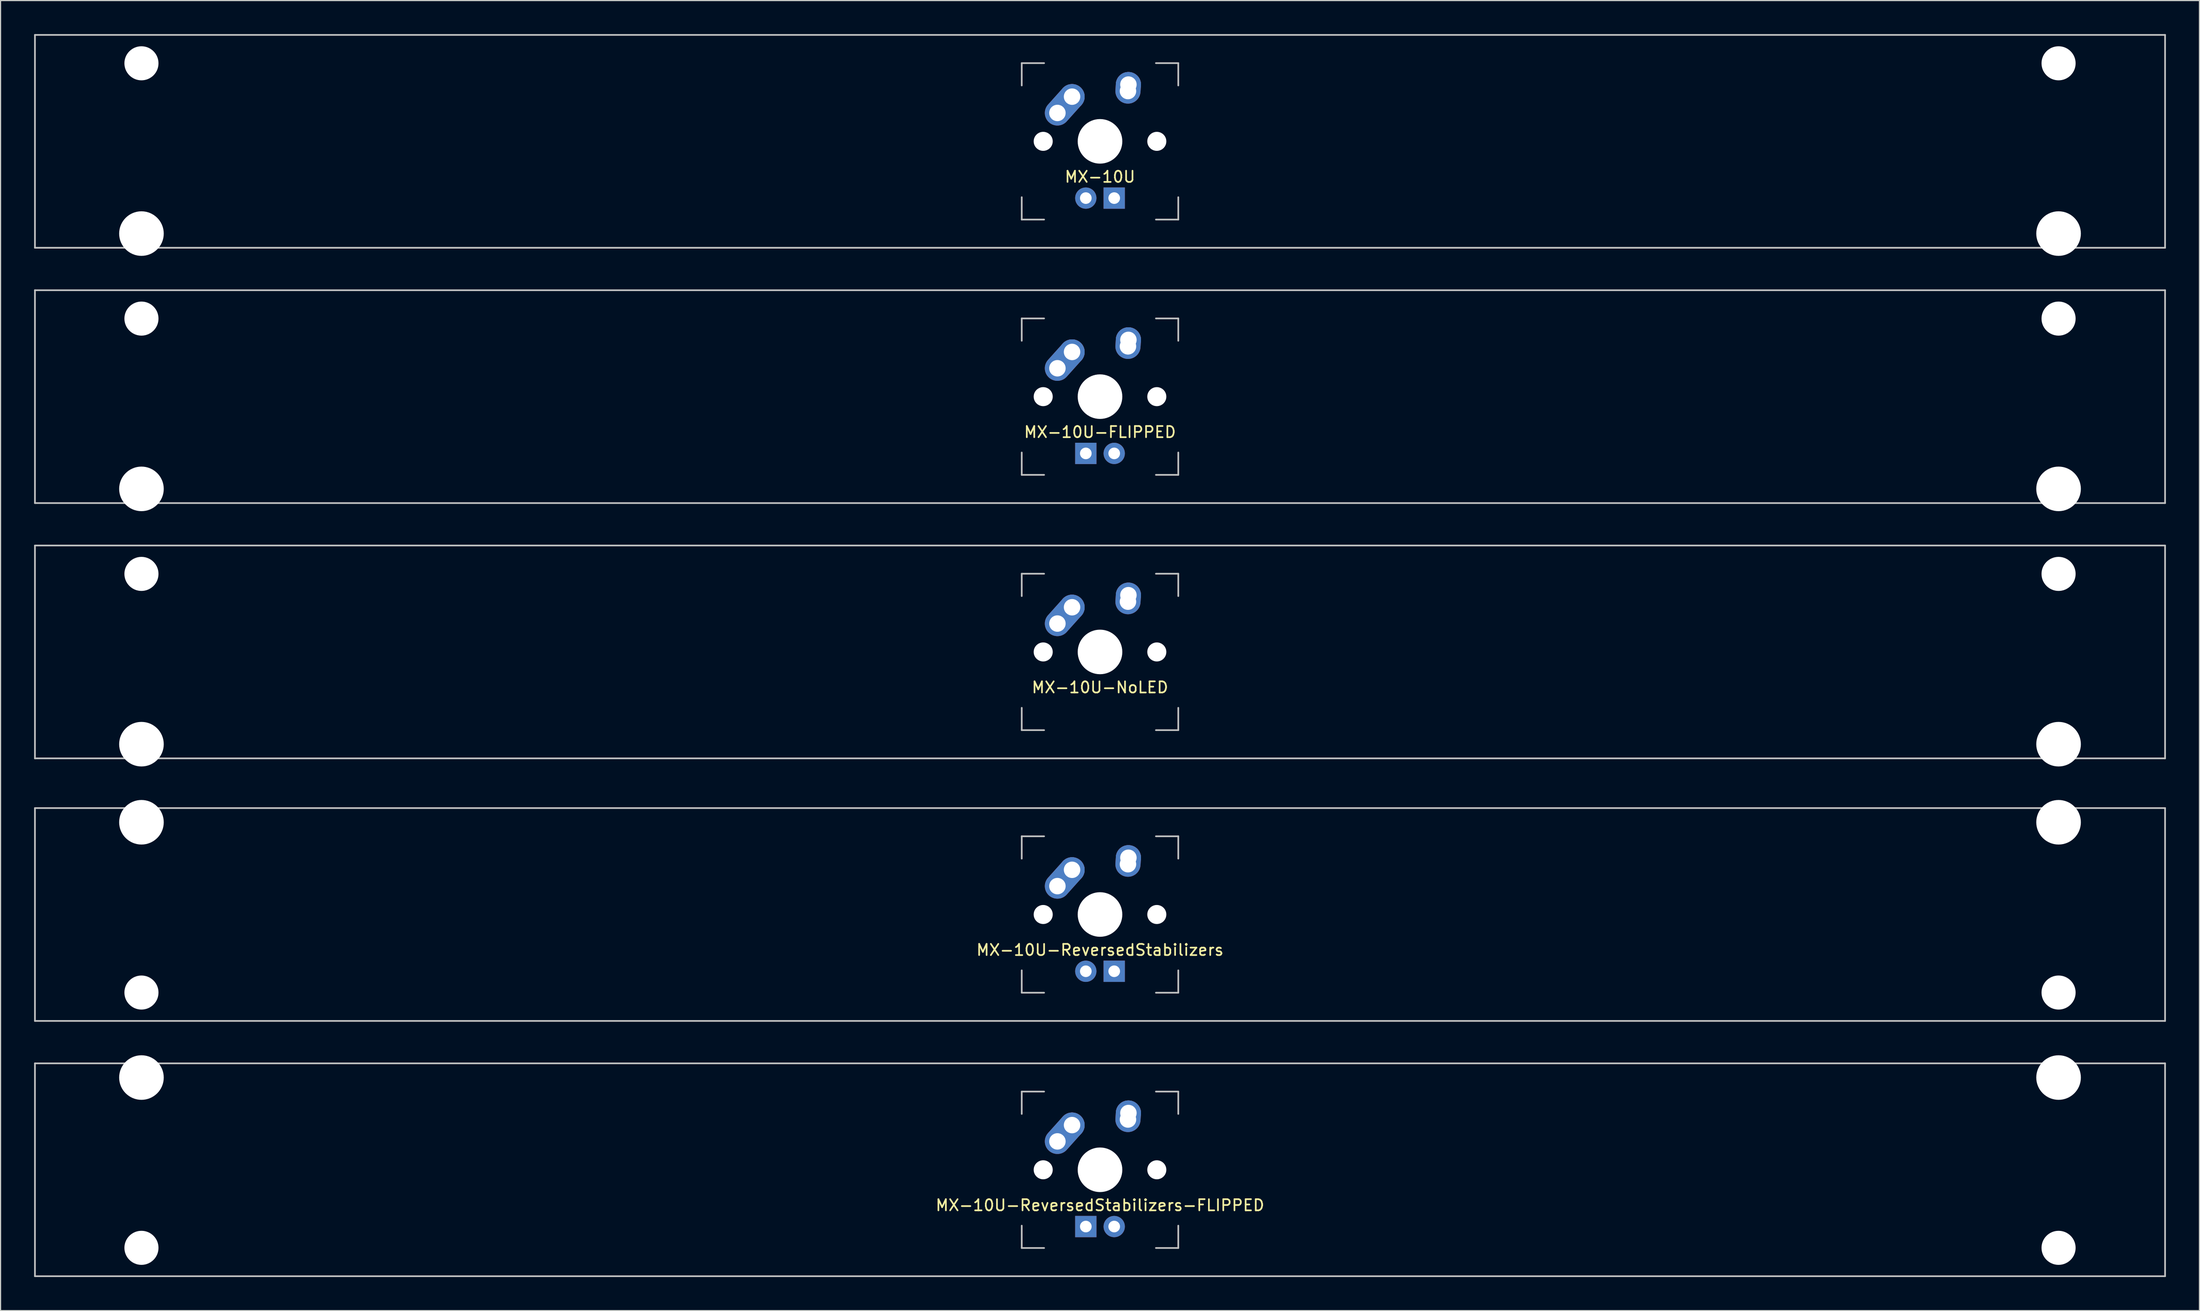
<source format=kicad_pcb>
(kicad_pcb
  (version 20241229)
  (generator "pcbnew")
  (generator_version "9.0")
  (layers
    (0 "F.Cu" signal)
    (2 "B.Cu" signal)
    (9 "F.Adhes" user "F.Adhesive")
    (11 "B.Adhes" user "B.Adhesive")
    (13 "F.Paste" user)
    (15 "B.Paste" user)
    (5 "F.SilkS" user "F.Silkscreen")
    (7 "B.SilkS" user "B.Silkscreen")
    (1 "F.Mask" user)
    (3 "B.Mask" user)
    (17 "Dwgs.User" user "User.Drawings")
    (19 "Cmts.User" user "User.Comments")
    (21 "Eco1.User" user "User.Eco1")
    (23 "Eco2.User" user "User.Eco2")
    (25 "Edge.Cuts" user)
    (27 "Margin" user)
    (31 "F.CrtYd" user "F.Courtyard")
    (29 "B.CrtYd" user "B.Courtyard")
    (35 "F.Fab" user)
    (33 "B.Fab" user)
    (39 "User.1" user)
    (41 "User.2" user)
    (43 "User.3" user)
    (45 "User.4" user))
  (footprint "MX-10U-NoLED"
    (layer "F.Cu")
    (at 95.325 55.298)
    (property "Reference" "MX-10U-NoLED" (at 0 3.175 0) (layer "F.SilkS") (effects (font (size 1 1) (thickness 0.15))))
    (attr through_hole)
    (fp_line (start -95.25 -9.525) (end 95.25 -9.525) (stroke (width 0.15) (type solid)) (layer "Dwgs.User"))
    (fp_line (start -95.25 9.525) (end -95.25 -9.525) (stroke (width 0.15) (type solid)) (layer "Dwgs.User"))
    (fp_line (start -95.25 9.525) (end 95.25 9.525) (stroke (width 0.15) (type solid)) (layer "Dwgs.User"))
    (fp_line (start -7 -7) (end -7 -5) (stroke (width 0.15) (type solid)) (layer "Dwgs.User"))
    (fp_line (start -7 5) (end -7 7) (stroke (width 0.15) (type solid)) (layer "Dwgs.User"))
    (fp_line (start -7 7) (end -5 7) (stroke (width 0.15) (type solid)) (layer "Dwgs.User"))
    (fp_line (start -5 -7) (end -7 -7) (stroke (width 0.15) (type solid)) (layer "Dwgs.User"))
    (fp_line (start 5 -7) (end 7 -7) (stroke (width 0.15) (type solid)) (layer "Dwgs.User"))
    (fp_line (start 5 7) (end 7 7) (stroke (width 0.15) (type solid)) (layer "Dwgs.User"))
    (fp_line (start 7 -7) (end 7 -5) (stroke (width 0.15) (type solid)) (layer "Dwgs.User"))
    (fp_line (start 7 7) (end 7 5) (stroke (width 0.15) (type solid)) (layer "Dwgs.User"))
    (fp_line (start 95.25 -9.525) (end 95.25 9.525) (stroke (width 0.15) (type solid)) (layer "Dwgs.User"))
    (pad "" np_thru_hole circle (at -85.725 -6.985) (size 3.048 3.048) (drill 3.048) (layers "*.Cu" "*.Mask"))
    (pad "" np_thru_hole circle (at -85.725 8.255) (size 3.988 3.988) (drill 3.988) (layers "*.Cu" "*.Mask"))
    (pad "" np_thru_hole circle (at -5.08 0 48.1) (size 1.702 1.702) (drill 1.702) (layers "*.Cu" "*.Mask"))
    (pad "" np_thru_hole circle (at 0 0) (size 3.988 3.988) (drill 3.988) (layers "*.Cu" "*.Mask"))
    (pad "" np_thru_hole circle (at 5.08 0 48.1) (size 1.702 1.702) (drill 1.702) (layers "*.Cu" "*.Mask"))
    (pad "" np_thru_hole circle (at 85.725 -6.985) (size 3.048 3.048) (drill 3.048) (layers "*.Cu" "*.Mask"))
    (pad "" np_thru_hole circle (at 85.725 8.255) (size 3.988 3.988) (drill 3.988) (layers "*.Cu" "*.Mask"))
    (pad "1" thru_hole oval (at -3.81 -2.54 48.1) (size 4.212 2.25) (drill 1.47 (offset 0.981 0)) (layers "*.Cu" "*.Mask"))
    (pad "1" thru_hole circle (at -2.5 -4) (size 2.25 2.25) (drill 1.47) (layers "*.Cu" "*.Mask"))
    (pad "2" thru_hole oval (at 2.5 -4.5 86.055) (size 2.831 2.25) (drill 1.47 (offset 0.291 0)) (layers "*.Cu" "*.Mask"))
    (pad "2" thru_hole circle (at 2.54 -5.08) (size 2.25 2.25) (drill 1.47) (layers "*.Cu" "*.Mask")))
  (footprint "MX-10U"
    (layer "F.Cu")
    (at 95.325 9.6)
    (property "Reference" "MX-10U" (at 0 3.175 0) (layer "F.SilkS") (effects (font (size 1 1) (thickness 0.15))))
    (attr through_hole)
    (fp_line (start -95.25 -9.525) (end 95.25 -9.525) (stroke (width 0.15) (type solid)) (layer "Dwgs.User"))
    (fp_line (start -95.25 9.525) (end -95.25 -9.525) (stroke (width 0.15) (type solid)) (layer "Dwgs.User"))
    (fp_line (start -95.25 9.525) (end 95.25 9.525) (stroke (width 0.15) (type solid)) (layer "Dwgs.User"))
    (fp_line (start -7 -7) (end -7 -5) (stroke (width 0.15) (type solid)) (layer "Dwgs.User"))
    (fp_line (start -7 5) (end -7 7) (stroke (width 0.15) (type solid)) (layer "Dwgs.User"))
    (fp_line (start -7 7) (end -5 7) (stroke (width 0.15) (type solid)) (layer "Dwgs.User"))
    (fp_line (start -5 -7) (end -7 -7) (stroke (width 0.15) (type solid)) (layer "Dwgs.User"))
    (fp_line (start 5 -7) (end 7 -7) (stroke (width 0.15) (type solid)) (layer "Dwgs.User"))
    (fp_line (start 5 7) (end 7 7) (stroke (width 0.15) (type solid)) (layer "Dwgs.User"))
    (fp_line (start 7 -7) (end 7 -5) (stroke (width 0.15) (type solid)) (layer "Dwgs.User"))
    (fp_line (start 7 7) (end 7 5) (stroke (width 0.15) (type solid)) (layer "Dwgs.User"))
    (fp_line (start 95.25 -9.525) (end 95.25 9.525) (stroke (width 0.15) (type solid)) (layer "Dwgs.User"))
    (pad "" np_thru_hole circle (at -85.725 -6.985) (size 3.048 3.048) (drill 3.048) (layers "*.Cu" "*.Mask"))
    (pad "" np_thru_hole circle (at -85.725 8.255) (size 3.988 3.988) (drill 3.988) (layers "*.Cu" "*.Mask"))
    (pad "" np_thru_hole circle (at -5.08 0 48.1) (size 1.702 1.702) (drill 1.702) (layers "*.Cu" "*.Mask"))
    (pad "" np_thru_hole circle (at 0 0) (size 3.988 3.988) (drill 3.988) (layers "*.Cu" "*.Mask"))
    (pad "" np_thru_hole circle (at 5.08 0 48.1) (size 1.702 1.702) (drill 1.702) (layers "*.Cu" "*.Mask"))
    (pad "" np_thru_hole circle (at 85.725 -6.985) (size 3.048 3.048) (drill 3.048) (layers "*.Cu" "*.Mask"))
    (pad "" np_thru_hole circle (at 85.725 8.255) (size 3.988 3.988) (drill 3.988) (layers "*.Cu" "*.Mask"))
    (pad "1" thru_hole oval (at -3.81 -2.54 48.1) (size 4.212 2.25) (drill 1.47 (offset 0.981 0)) (layers "*.Cu" "*.Mask"))
    (pad "1" thru_hole circle (at -2.5 -4) (size 2.25 2.25) (drill 1.47) (layers "*.Cu" "*.Mask"))
    (pad "2" thru_hole oval (at 2.5 -4.5 86.055) (size 2.831 2.25) (drill 1.47 (offset 0.291 0)) (layers "*.Cu" "*.Mask"))
    (pad "2" thru_hole circle (at 2.54 -5.08) (size 2.25 2.25) (drill 1.47) (layers "*.Cu" "*.Mask"))
    (pad "3" thru_hole circle (at -1.27 5.08) (size 1.905 1.905) (drill 1.04) (layers "*.Cu" "*.Mask"))
    (pad "4" thru_hole rect (at 1.27 5.08) (size 1.905 1.905) (drill 1.04) (layers "*.Cu" "*.Mask")))
  (footprint "MX-10U-ReversedStabilizers"
    (layer "F.Cu")
    (at 95.325 78.796)
    (property "Reference" "MX-10U-ReversedStabilizers" (at 0 3.175 0) (layer "F.SilkS") (effects (font (size 1 1) (thickness 0.15))))
    (attr through_hole)
    (fp_line (start -95.25 -9.525) (end 95.25 -9.525) (stroke (width 0.15) (type solid)) (layer "Dwgs.User"))
    (fp_line (start -95.25 9.525) (end -95.25 -9.525) (stroke (width 0.15) (type solid)) (layer "Dwgs.User"))
    (fp_line (start -95.25 9.525) (end 95.25 9.525) (stroke (width 0.15) (type solid)) (layer "Dwgs.User"))
    (fp_line (start -7 -7) (end -7 -5) (stroke (width 0.15) (type solid)) (layer "Dwgs.User"))
    (fp_line (start -7 5) (end -7 7) (stroke (width 0.15) (type solid)) (layer "Dwgs.User"))
    (fp_line (start -7 7) (end -5 7) (stroke (width 0.15) (type solid)) (layer "Dwgs.User"))
    (fp_line (start -5 -7) (end -7 -7) (stroke (width 0.15) (type solid)) (layer "Dwgs.User"))
    (fp_line (start 5 -7) (end 7 -7) (stroke (width 0.15) (type solid)) (layer "Dwgs.User"))
    (fp_line (start 5 7) (end 7 7) (stroke (width 0.15) (type solid)) (layer "Dwgs.User"))
    (fp_line (start 7 -7) (end 7 -5) (stroke (width 0.15) (type solid)) (layer "Dwgs.User"))
    (fp_line (start 7 7) (end 7 5) (stroke (width 0.15) (type solid)) (layer "Dwgs.User"))
    (fp_line (start 95.25 -9.525) (end 95.25 9.525) (stroke (width 0.15) (type solid)) (layer "Dwgs.User"))
    (pad "" np_thru_hole circle (at -85.725 -8.255) (size 3.988 3.988) (drill 3.988) (layers "*.Cu" "*.Mask"))
    (pad "" np_thru_hole circle (at -85.725 6.985) (size 3.048 3.048) (drill 3.048) (layers "*.Cu" "*.Mask"))
    (pad "" np_thru_hole circle (at -5.08 0 48.1) (size 1.702 1.702) (drill 1.702) (layers "*.Cu" "*.Mask"))
    (pad "" np_thru_hole circle (at 0 0) (size 3.988 3.988) (drill 3.988) (layers "*.Cu" "*.Mask"))
    (pad "" np_thru_hole circle (at 5.08 0 48.1) (size 1.702 1.702) (drill 1.702) (layers "*.Cu" "*.Mask"))
    (pad "" np_thru_hole circle (at 85.725 -8.255) (size 3.988 3.988) (drill 3.988) (layers "*.Cu" "*.Mask"))
    (pad "" np_thru_hole circle (at 85.725 6.985) (size 3.048 3.048) (drill 3.048) (layers "*.Cu" "*.Mask"))
    (pad "1" thru_hole oval (at -3.81 -2.54 48.1) (size 4.212 2.25) (drill 1.47 (offset 0.981 0)) (layers "*.Cu" "*.Mask"))
    (pad "1" thru_hole circle (at -2.5 -4) (size 2.25 2.25) (drill 1.47) (layers "*.Cu" "*.Mask"))
    (pad "2" thru_hole oval (at 2.5 -4.5 86.055) (size 2.831 2.25) (drill 1.47 (offset 0.291 0)) (layers "*.Cu" "*.Mask"))
    (pad "2" thru_hole circle (at 2.54 -5.08) (size 2.25 2.25) (drill 1.47) (layers "*.Cu" "*.Mask"))
    (pad "3" thru_hole circle (at -1.27 5.08) (size 1.905 1.905) (drill 1.04) (layers "*.Cu" "*.Mask"))
    (pad "4" thru_hole rect (at 1.27 5.08) (size 1.905 1.905) (drill 1.04) (layers "*.Cu" "*.Mask")))
  (footprint "MX-10U-FLIPPED"
    (layer "F.Cu")
    (at 95.325 32.449)
    (property "Reference" "MX-10U-FLIPPED" (at 0 3.175 0) (layer "F.SilkS") (effects (font (size 1 1) (thickness 0.15))))
    (attr through_hole)
    (fp_line (start -95.25 -9.525) (end 95.25 -9.525) (stroke (width 0.15) (type solid)) (layer "Dwgs.User"))
    (fp_line (start -95.25 9.525) (end -95.25 -9.525) (stroke (width 0.15) (type solid)) (layer "Dwgs.User"))
    (fp_line (start -95.25 9.525) (end 95.25 9.525) (stroke (width 0.15) (type solid)) (layer "Dwgs.User"))
    (fp_line (start -7 -7) (end -7 -5) (stroke (width 0.15) (type solid)) (layer "Dwgs.User"))
    (fp_line (start -7 5) (end -7 7) (stroke (width 0.15) (type solid)) (layer "Dwgs.User"))
    (fp_line (start -7 7) (end -5 7) (stroke (width 0.15) (type solid)) (layer "Dwgs.User"))
    (fp_line (start -5 -7) (end -7 -7) (stroke (width 0.15) (type solid)) (layer "Dwgs.User"))
    (fp_line (start 5 -7) (end 7 -7) (stroke (width 0.15) (type solid)) (layer "Dwgs.User"))
    (fp_line (start 5 7) (end 7 7) (stroke (width 0.15) (type solid)) (layer "Dwgs.User"))
    (fp_line (start 7 -7) (end 7 -5) (stroke (width 0.15) (type solid)) (layer "Dwgs.User"))
    (fp_line (start 7 7) (end 7 5) (stroke (width 0.15) (type solid)) (layer "Dwgs.User"))
    (fp_line (start 95.25 -9.525) (end 95.25 9.525) (stroke (width 0.15) (type solid)) (layer "Dwgs.User"))
    (pad "" np_thru_hole circle (at -85.725 -6.985) (size 3.048 3.048) (drill 3.048) (layers "*.Cu" "*.Mask"))
    (pad "" np_thru_hole circle (at -85.725 8.255) (size 3.988 3.988) (drill 3.988) (layers "*.Cu" "*.Mask"))
    (pad "" np_thru_hole circle (at -5.08 0 48.1) (size 1.702 1.702) (drill 1.702) (layers "*.Cu" "*.Mask"))
    (pad "" np_thru_hole circle (at 0 0) (size 3.988 3.988) (drill 3.988) (layers "*.Cu" "*.Mask"))
    (pad "" np_thru_hole circle (at 5.08 0 48.1) (size 1.702 1.702) (drill 1.702) (layers "*.Cu" "*.Mask"))
    (pad "" np_thru_hole circle (at 85.725 -6.985) (size 3.048 3.048) (drill 3.048) (layers "*.Cu" "*.Mask"))
    (pad "" np_thru_hole circle (at 85.725 8.255) (size 3.988 3.988) (drill 3.988) (layers "*.Cu" "*.Mask"))
    (pad "1" thru_hole oval (at -3.81 -2.54 48.1) (size 4.212 2.25) (drill 1.47 (offset 0.981 0)) (layers "*.Cu" "*.Mask"))
    (pad "1" thru_hole circle (at -2.5 -4) (size 2.25 2.25) (drill 1.47) (layers "*.Cu" "*.Mask"))
    (pad "2" thru_hole oval (at 2.5 -4.5 86.055) (size 2.831 2.25) (drill 1.47 (offset 0.291 0)) (layers "*.Cu" "*.Mask"))
    (pad "2" thru_hole circle (at 2.54 -5.08) (size 2.25 2.25) (drill 1.47) (layers "*.Cu" "*.Mask"))
    (pad "3" thru_hole circle (at 1.27 5.08) (size 1.905 1.905) (drill 1.04) (layers "*.Cu" "*.Mask"))
    (pad "4" thru_hole rect (at -1.27 5.08) (size 1.905 1.905) (drill 1.04) (layers "*.Cu" "*.Mask")))
  (footprint "MX-10U-ReversedStabilizers-FLIPPED"
    (layer "F.Cu")
    (at 95.325 101.644)
    (property "Reference" "MX-10U-ReversedStabilizers-FLIPPED" (at 0 3.175 0) (layer "F.SilkS") (effects (font (size 1 1) (thickness 0.15))))
    (attr through_hole)
    (fp_line (start -95.25 -9.525) (end 95.25 -9.525) (stroke (width 0.15) (type solid)) (layer "Dwgs.User"))
    (fp_line (start -95.25 9.525) (end -95.25 -9.525) (stroke (width 0.15) (type solid)) (layer "Dwgs.User"))
    (fp_line (start -95.25 9.525) (end 95.25 9.525) (stroke (width 0.15) (type solid)) (layer "Dwgs.User"))
    (fp_line (start -7 -7) (end -7 -5) (stroke (width 0.15) (type solid)) (layer "Dwgs.User"))
    (fp_line (start -7 5) (end -7 7) (stroke (width 0.15) (type solid)) (layer "Dwgs.User"))
    (fp_line (start -7 7) (end -5 7) (stroke (width 0.15) (type solid)) (layer "Dwgs.User"))
    (fp_line (start -5 -7) (end -7 -7) (stroke (width 0.15) (type solid)) (layer "Dwgs.User"))
    (fp_line (start 5 -7) (end 7 -7) (stroke (width 0.15) (type solid)) (layer "Dwgs.User"))
    (fp_line (start 5 7) (end 7 7) (stroke (width 0.15) (type solid)) (layer "Dwgs.User"))
    (fp_line (start 7 -7) (end 7 -5) (stroke (width 0.15) (type solid)) (layer "Dwgs.User"))
    (fp_line (start 7 7) (end 7 5) (stroke (width 0.15) (type solid)) (layer "Dwgs.User"))
    (fp_line (start 95.25 -9.525) (end 95.25 9.525) (stroke (width 0.15) (type solid)) (layer "Dwgs.User"))
    (pad "" np_thru_hole circle (at -85.725 -8.255) (size 3.988 3.988) (drill 3.988) (layers "*.Cu" "*.Mask"))
    (pad "" np_thru_hole circle (at -85.725 6.985) (size 3.048 3.048) (drill 3.048) (layers "*.Cu" "*.Mask"))
    (pad "" np_thru_hole circle (at -5.08 0 48.1) (size 1.702 1.702) (drill 1.702) (layers "*.Cu" "*.Mask"))
    (pad "" np_thru_hole circle (at 0 0) (size 3.988 3.988) (drill 3.988) (layers "*.Cu" "*.Mask"))
    (pad "" np_thru_hole circle (at 5.08 0 48.1) (size 1.702 1.702) (drill 1.702) (layers "*.Cu" "*.Mask"))
    (pad "" np_thru_hole circle (at 85.725 -8.255) (size 3.988 3.988) (drill 3.988) (layers "*.Cu" "*.Mask"))
    (pad "" np_thru_hole circle (at 85.725 6.985) (size 3.048 3.048) (drill 3.048) (layers "*.Cu" "*.Mask"))
    (pad "1" thru_hole oval (at -3.81 -2.54 48.1) (size 4.212 2.25) (drill 1.47 (offset 0.981 0)) (layers "*.Cu" "*.Mask"))
    (pad "1" thru_hole circle (at -2.5 -4) (size 2.25 2.25) (drill 1.47) (layers "*.Cu" "*.Mask"))
    (pad "2" thru_hole oval (at 2.5 -4.5 86.055) (size 2.831 2.25) (drill 1.47 (offset 0.291 0)) (layers "*.Cu" "*.Mask"))
    (pad "2" thru_hole circle (at 2.54 -5.08) (size 2.25 2.25) (drill 1.47) (layers "*.Cu" "*.Mask"))
    (pad "3" thru_hole circle (at 1.27 5.08) (size 1.905 1.905) (drill 1.04) (layers "*.Cu" "*.Mask"))
    (pad "4" thru_hole rect (at -1.27 5.08) (size 1.905 1.905) (drill 1.04) (layers "*.Cu" "*.Mask")))
  (gr_rect
    (start -3 -3)
    (end 193.65 114.245)
    (stroke (width 0.1) (type default))
    (fill no)
    (layer "Edge.Cuts")))
</source>
